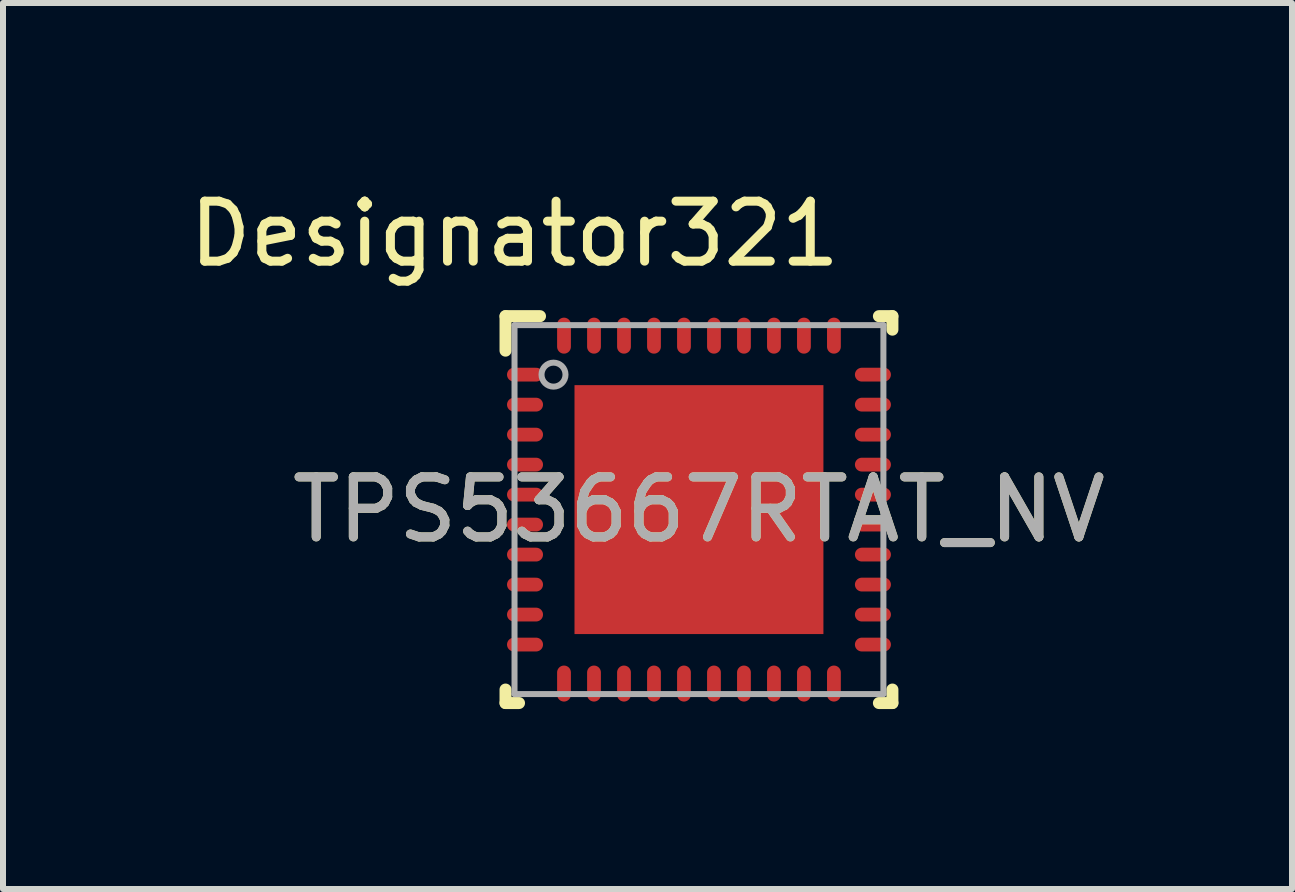
<source format=kicad_pcb>
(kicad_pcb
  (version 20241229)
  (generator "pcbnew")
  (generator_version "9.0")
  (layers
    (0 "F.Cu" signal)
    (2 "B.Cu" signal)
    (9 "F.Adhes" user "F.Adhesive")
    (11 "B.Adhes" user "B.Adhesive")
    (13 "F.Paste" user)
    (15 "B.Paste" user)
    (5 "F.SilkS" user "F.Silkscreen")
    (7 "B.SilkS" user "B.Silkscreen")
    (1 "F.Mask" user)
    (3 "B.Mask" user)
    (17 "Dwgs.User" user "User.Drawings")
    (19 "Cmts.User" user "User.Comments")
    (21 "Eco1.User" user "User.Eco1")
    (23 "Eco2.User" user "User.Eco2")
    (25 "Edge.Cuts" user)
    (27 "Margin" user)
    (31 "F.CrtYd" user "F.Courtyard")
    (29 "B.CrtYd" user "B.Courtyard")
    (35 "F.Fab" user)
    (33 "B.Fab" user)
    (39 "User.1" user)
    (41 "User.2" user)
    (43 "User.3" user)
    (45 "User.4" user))
  (footprint "TPS53667RTAT_NV"
    (layer "F.Cu")
    (at 8.603 5.446)
    (property "Reference" "TPS53667RTAT_NV" (at 0 0 0) (unlocked yes) (layer "F.SilkS") (effects (font (size 1 1) (thickness 0.15))))
    (attr smd)
    (fp_line (start -3.225 -3.225) (end -2.65 -3.225) (stroke (width 0.2) (type solid)) (layer "F.SilkS"))
    (fp_line (start -3.225 -2.65) (end -3.225 -3.225) (stroke (width 0.2) (type solid)) (layer "F.SilkS"))
    (fp_line (start -3.225 3.225) (end -3.225 3) (stroke (width 0.2) (type solid)) (layer "F.SilkS"))
    (fp_line (start -3.225 3.225) (end -3 3.225) (stroke (width 0.2) (type solid)) (layer "F.SilkS"))
    (fp_line (start 3 -3.225) (end 3.225 -3.225) (stroke (width 0.2) (type solid)) (layer "F.SilkS"))
    (fp_line (start 3 3.225) (end 3.225 3.225) (stroke (width 0.2) (type solid)) (layer "F.SilkS"))
    (fp_line (start 3.225 -3) (end 3.225 -3.225) (stroke (width 0.2) (type solid)) (layer "F.SilkS"))
    (fp_line (start 3.225 3.225) (end 3.225 3) (stroke (width 0.2) (type solid)) (layer "F.SilkS"))
    (fp_poly (pts (xy -1.955 -0.785) (xy -0.785 -0.785) (xy -0.785 -1.955) (xy -1.955 -1.955)) (stroke (width 0) (type solid)) (fill yes) (layer "F.Paste"))
    (fp_poly (pts (xy -1.955 0.585) (xy -0.785 0.585) (xy -0.785 -0.585) (xy -1.955 -0.585)) (stroke (width 0) (type solid)) (fill yes) (layer "F.Paste"))
    (fp_poly (pts (xy -1.955 1.955) (xy -0.785 1.955) (xy -0.785 0.785) (xy -1.955 0.785)) (stroke (width 0) (type solid)) (fill yes) (layer "F.Paste"))
    (fp_poly (pts (xy -0.585 -0.785) (xy 0.585 -0.785) (xy 0.585 -1.955) (xy -0.585 -1.955)) (stroke (width 0) (type solid)) (fill yes) (layer "F.Paste"))
    (fp_poly (pts (xy -0.585 0.585) (xy 0.585 0.585) (xy 0.585 -0.585) (xy -0.585 -0.585)) (stroke (width 0) (type solid)) (fill yes) (layer "F.Paste"))
    (fp_poly (pts (xy -0.585 1.955) (xy 0.585 1.955) (xy 0.585 0.785) (xy -0.585 0.785)) (stroke (width 0) (type solid)) (fill yes) (layer "F.Paste"))
    (fp_poly (pts (xy 0.785 -0.785) (xy 1.955 -0.785) (xy 1.955 -1.955) (xy 0.785 -1.955)) (stroke (width 0) (type solid)) (fill yes) (layer "F.Paste"))
    (fp_poly (pts (xy 0.785 0.585) (xy 1.955 0.585) (xy 1.955 -0.585) (xy 0.785 -0.585)) (stroke (width 0) (type solid)) (fill yes) (layer "F.Paste"))
    (fp_poly (pts (xy 0.785 1.955) (xy 1.955 1.955) (xy 1.955 0.785) (xy 0.785 0.785)) (stroke (width 0) (type solid)) (fill yes) (layer "F.Paste"))
    (fp_line (start -3.075 -3.075) (end 3.075 -3.075) (stroke (width 0.1) (type solid)) (layer "F.Fab"))
    (fp_line (start -3.075 3.075) (end -3.075 -3.075) (stroke (width 0.1) (type solid)) (layer "F.Fab"))
    (fp_line (start -3.075 3.075) (end 3.075 3.075) (stroke (width 0.1) (type solid)) (layer "F.Fab"))
    (fp_line (start 3.075 3.075) (end 3.075 -3.075) (stroke (width 0.1) (type solid)) (layer "F.Fab"))
    (fp_circle (center -2.425 -2.25) (end -2.225 -2.25) (stroke (width 0.1) (type solid)) (fill no) (layer "F.Fab"))
    (fp_text user "Designator321" (at -3.073 -4.597 0) (unlocked yes) (layer "F.SilkS") (effects (font (size 1 1) (thickness 0.15))))
    (fp_text user "${REFERENCE}" (at 0 0 0) (unlocked yes) (layer "F.Fab") (effects (font (size 1 1) (thickness 0.15))))
    (pad "1" smd oval (at -2.9 -2.25 90) (size 0.23 0.6) (layers "F.Cu" "F.Mask" "F.Paste"))
    (pad "2" smd oval (at -2.9 -1.75 90) (size 0.23 0.6) (layers "F.Cu" "F.Mask" "F.Paste"))
    (pad "3" smd oval (at -2.9 -1.25 90) (size 0.23 0.6) (layers "F.Cu" "F.Mask" "F.Paste"))
    (pad "4" smd oval (at -2.9 -0.75 90) (size 0.23 0.6) (layers "F.Cu" "F.Mask" "F.Paste"))
    (pad "5" smd oval (at -2.9 -0.25 90) (size 0.23 0.6) (layers "F.Cu" "F.Mask" "F.Paste"))
    (pad "6" smd oval (at -2.9 0.25 90) (size 0.23 0.6) (layers "F.Cu" "F.Mask" "F.Paste"))
    (pad "7" smd oval (at -2.9 0.75 90) (size 0.23 0.6) (layers "F.Cu" "F.Mask" "F.Paste"))
    (pad "8" smd oval (at -2.9 1.25 90) (size 0.23 0.6) (layers "F.Cu" "F.Mask" "F.Paste"))
    (pad "9" smd oval (at -2.9 1.75 90) (size 0.23 0.6) (layers "F.Cu" "F.Mask" "F.Paste"))
    (pad "10" smd oval (at -2.9 2.25 90) (size 0.23 0.6) (layers "F.Cu" "F.Mask" "F.Paste"))
    (pad "11" smd oval (at -2.25 2.9) (size 0.23 0.6) (layers "F.Cu" "F.Mask" "F.Paste"))
    (pad "12" smd oval (at -1.75 2.9) (size 0.23 0.6) (layers "F.Cu" "F.Mask" "F.Paste"))
    (pad "13" smd oval (at -1.25 2.9) (size 0.23 0.6) (layers "F.Cu" "F.Mask" "F.Paste"))
    (pad "14" smd oval (at -0.75 2.9) (size 0.23 0.6) (layers "F.Cu" "F.Mask" "F.Paste"))
    (pad "15" smd oval (at -0.25 2.9) (size 0.23 0.6) (layers "F.Cu" "F.Mask" "F.Paste"))
    (pad "16" smd oval (at 0.25 2.9) (size 0.23 0.6) (layers "F.Cu" "F.Mask" "F.Paste"))
    (pad "17" smd oval (at 0.75 2.9) (size 0.23 0.6) (layers "F.Cu" "F.Mask" "F.Paste"))
    (pad "18" smd oval (at 1.25 2.9) (size 0.23 0.6) (layers "F.Cu" "F.Mask" "F.Paste"))
    (pad "19" smd oval (at 1.75 2.9) (size 0.23 0.6) (layers "F.Cu" "F.Mask" "F.Paste"))
    (pad "20" smd oval (at 2.25 2.9) (size 0.23 0.6) (layers "F.Cu" "F.Mask" "F.Paste"))
    (pad "21" smd oval (at 2.9 2.25 90) (size 0.23 0.6) (layers "F.Cu" "F.Mask" "F.Paste"))
    (pad "22" smd oval (at 2.9 1.75 90) (size 0.23 0.6) (layers "F.Cu" "F.Mask" "F.Paste"))
    (pad "23" smd oval (at 2.9 1.25 90) (size 0.23 0.6) (layers "F.Cu" "F.Mask" "F.Paste"))
    (pad "24" smd oval (at 2.9 0.75 90) (size 0.23 0.6) (layers "F.Cu" "F.Mask" "F.Paste"))
    (pad "25" smd oval (at 2.9 0.25 90) (size 0.23 0.6) (layers "F.Cu" "F.Mask" "F.Paste"))
    (pad "26" smd oval (at 2.9 -0.25 90) (size 0.23 0.6) (layers "F.Cu" "F.Mask" "F.Paste"))
    (pad "27" smd oval (at 2.9 -0.75 90) (size 0.23 0.6) (layers "F.Cu" "F.Mask" "F.Paste"))
    (pad "28" smd oval (at 2.9 -1.25 90) (size 0.23 0.6) (layers "F.Cu" "F.Mask" "F.Paste"))
    (pad "29" smd oval (at 2.9 -1.75 90) (size 0.23 0.6) (layers "F.Cu" "F.Mask" "F.Paste"))
    (pad "30" smd oval (at 2.9 -2.25 90) (size 0.23 0.6) (layers "F.Cu" "F.Mask" "F.Paste"))
    (pad "31" smd oval (at 2.25 -2.9) (size 0.23 0.6) (layers "F.Cu" "F.Mask" "F.Paste"))
    (pad "32" smd oval (at 1.75 -2.9) (size 0.23 0.6) (layers "F.Cu" "F.Mask" "F.Paste"))
    (pad "33" smd oval (at 1.25 -2.9) (size 0.23 0.6) (layers "F.Cu" "F.Mask" "F.Paste"))
    (pad "34" smd oval (at 0.75 -2.9) (size 0.23 0.6) (layers "F.Cu" "F.Mask" "F.Paste"))
    (pad "35" smd oval (at 0.25 -2.9) (size 0.23 0.6) (layers "F.Cu" "F.Mask" "F.Paste"))
    (pad "36" smd oval (at -0.25 -2.9) (size 0.23 0.6) (layers "F.Cu" "F.Mask" "F.Paste"))
    (pad "37" smd oval (at -0.75 -2.9) (size 0.23 0.6) (layers "F.Cu" "F.Mask" "F.Paste"))
    (pad "38" smd oval (at -1.25 -2.9) (size 0.23 0.6) (layers "F.Cu" "F.Mask" "F.Paste"))
    (pad "39" smd oval (at -1.75 -2.9) (size 0.23 0.6) (layers "F.Cu" "F.Mask" "F.Paste"))
    (pad "40" smd oval (at -2.25 -2.9) (size 0.23 0.6) (layers "F.Cu" "F.Mask" "F.Paste"))
    (pad "41" smd rect (at 0 0) (size 4.15 4.15) (layers "F.Cu" "F.Mask")))
  (gr_rect
    (start -3 -3)
    (end 18.49 11.771)
    (stroke (width 0.1) (type default))
    (fill no)
    (layer "Edge.Cuts")))
</source>
